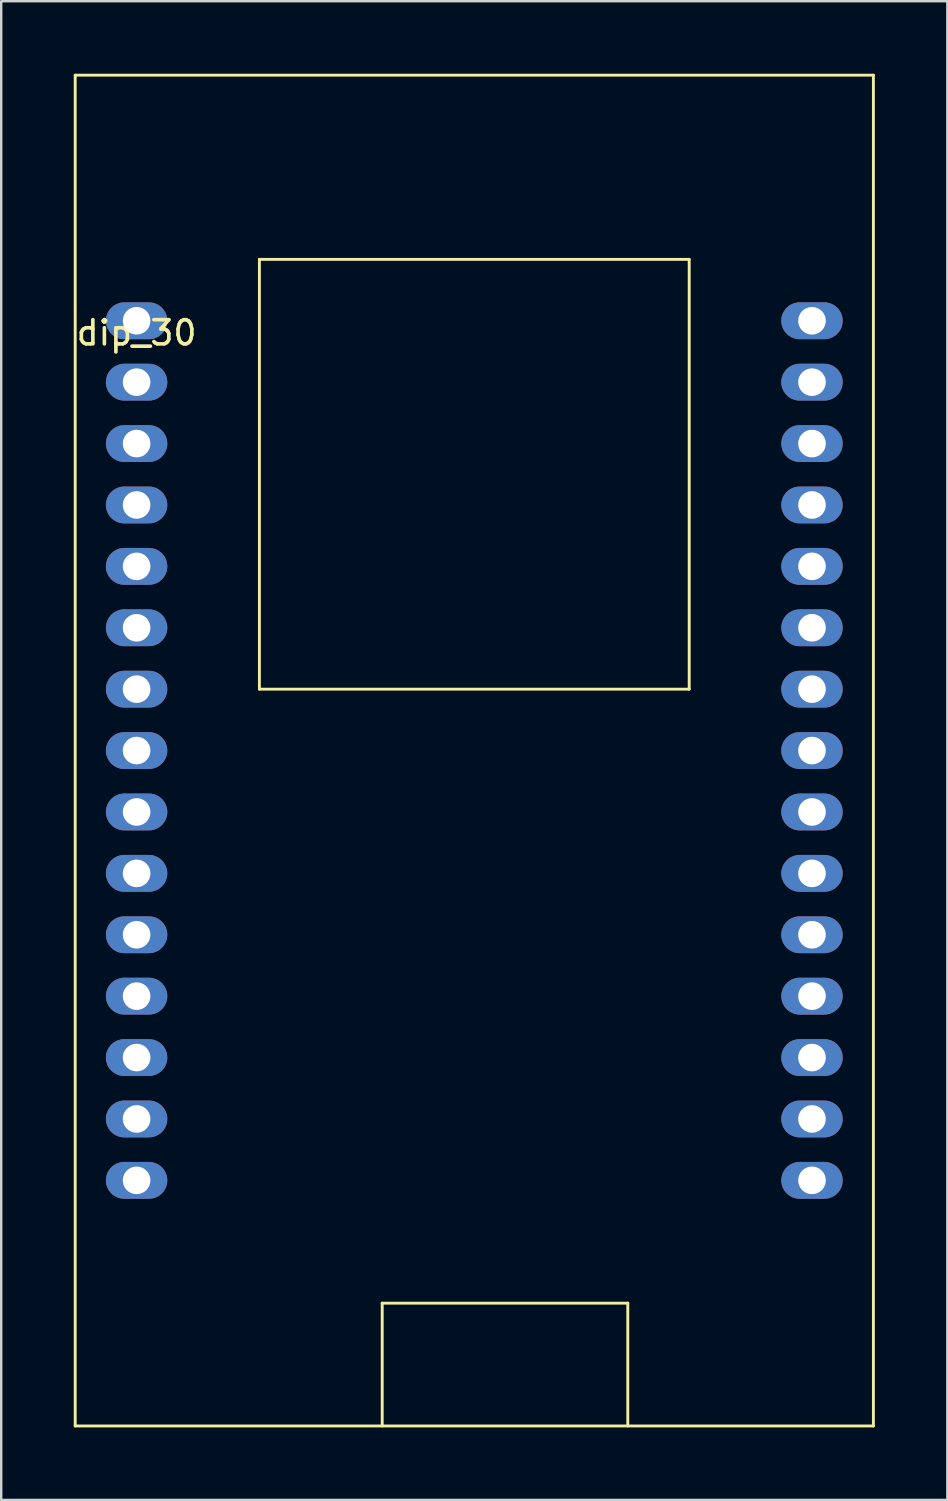
<source format=kicad_pcb>
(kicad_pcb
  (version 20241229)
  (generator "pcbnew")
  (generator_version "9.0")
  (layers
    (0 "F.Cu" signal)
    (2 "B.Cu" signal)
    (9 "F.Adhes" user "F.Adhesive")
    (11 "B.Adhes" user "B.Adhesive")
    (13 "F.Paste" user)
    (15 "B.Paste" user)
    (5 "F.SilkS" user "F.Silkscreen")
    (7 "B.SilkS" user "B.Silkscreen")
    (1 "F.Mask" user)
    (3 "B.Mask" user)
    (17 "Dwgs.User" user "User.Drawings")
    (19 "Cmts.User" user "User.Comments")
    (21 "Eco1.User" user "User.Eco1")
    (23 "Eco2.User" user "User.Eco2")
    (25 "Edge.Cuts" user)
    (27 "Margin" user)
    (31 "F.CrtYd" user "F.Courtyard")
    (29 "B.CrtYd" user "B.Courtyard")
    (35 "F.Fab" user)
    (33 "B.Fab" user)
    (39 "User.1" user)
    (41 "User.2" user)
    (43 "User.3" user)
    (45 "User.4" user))
  (footprint "dip_30"
    (layer "F.Cu")
    (at 2.601 10.22)
    (property "Reference" "dip_30" (at 0 0.5 0) (layer "F.SilkS") (effects (font (size 1 1) (thickness 0.15))))
    (attr through_hole)
    (fp_line (start -2.54 -10.16) (end 30.48 -10.16) (stroke (width 0.12) (type solid)) (layer "F.SilkS"))
    (fp_line (start -2.54 45.72) (end -2.54 -10.16) (stroke (width 0.12) (type solid)) (layer "F.SilkS"))
    (fp_line (start 5.08 -2.54) (end 22.86 -2.54) (stroke (width 0.12) (type solid)) (layer "F.SilkS"))
    (fp_line (start 5.08 15.24) (end 5.08 -2.54) (stroke (width 0.12) (type solid)) (layer "F.SilkS"))
    (fp_line (start 10.16 40.64) (end 20.32 40.64) (stroke (width 0.12) (type solid)) (layer "F.SilkS"))
    (fp_line (start 10.16 45.72) (end 10.16 40.64) (stroke (width 0.12) (type solid)) (layer "F.SilkS"))
    (fp_line (start 20.32 40.64) (end 20.32 45.72) (stroke (width 0.12) (type solid)) (layer "F.SilkS"))
    (fp_line (start 22.86 -2.54) (end 22.86 15.24) (stroke (width 0.12) (type solid)) (layer "F.SilkS"))
    (fp_line (start 22.86 15.24) (end 5.08 15.24) (stroke (width 0.12) (type solid)) (layer "F.SilkS"))
    (fp_line (start 30.48 -10.16) (end 30.48 45.72) (stroke (width 0.12) (type solid)) (layer "F.SilkS"))
    (fp_line (start 30.48 45.72) (end -2.54 45.72) (stroke (width 0.12) (type solid)) (layer "F.SilkS"))
    (pad "1" thru_hole oval (at 0 0) (size 2.54 1.524) (drill 1.143) (layers "*.Cu" "*.Mask"))
    (pad "2" thru_hole oval (at 0 2.54) (size 2.54 1.524) (drill 1.143) (layers "*.Cu" "*.Mask"))
    (pad "3" thru_hole oval (at 0 5.08) (size 2.54 1.524) (drill 1.143) (layers "*.Cu" "*.Mask"))
    (pad "4" thru_hole oval (at 0 7.62) (size 2.54 1.524) (drill 1.143) (layers "*.Cu" "*.Mask"))
    (pad "5" thru_hole oval (at 0 10.16) (size 2.54 1.524) (drill 1.143) (layers "*.Cu" "*.Mask"))
    (pad "6" thru_hole oval (at 0 12.7) (size 2.54 1.524) (drill 1.143) (layers "*.Cu" "*.Mask"))
    (pad "7" thru_hole oval (at 0 15.24) (size 2.54 1.524) (drill 1.143) (layers "*.Cu" "*.Mask"))
    (pad "8" thru_hole oval (at 0 17.78) (size 2.54 1.524) (drill 1.143) (layers "*.Cu" "*.Mask"))
    (pad "9" thru_hole oval (at 0 20.32) (size 2.54 1.524) (drill 1.143) (layers "*.Cu" "*.Mask"))
    (pad "10" thru_hole oval (at 0 22.86) (size 2.54 1.524) (drill 1.143) (layers "*.Cu" "*.Mask"))
    (pad "11" thru_hole oval (at 0 25.4) (size 2.54 1.524) (drill 1.143) (layers "*.Cu" "*.Mask"))
    (pad "12" thru_hole oval (at 0 27.94) (size 2.54 1.524) (drill 1.143) (layers "*.Cu" "*.Mask"))
    (pad "13" thru_hole oval (at 0 30.48) (size 2.54 1.524) (drill 1.143) (layers "*.Cu" "*.Mask"))
    (pad "14" thru_hole oval (at 0 33.02) (size 2.54 1.524) (drill 1.143) (layers "*.Cu" "*.Mask"))
    (pad "15" thru_hole oval (at 0 35.56) (size 2.54 1.524) (drill 1.143) (layers "*.Cu" "*.Mask"))
    (pad "16" thru_hole oval (at 27.94 35.56) (size 2.54 1.524) (drill 1.143) (layers "*.Cu" "*.Mask"))
    (pad "17" thru_hole oval (at 27.94 33.02) (size 2.54 1.524) (drill 1.143) (layers "*.Cu" "*.Mask"))
    (pad "18" thru_hole oval (at 27.94 30.48) (size 2.54 1.524) (drill 1.143) (layers "*.Cu" "*.Mask"))
    (pad "19" thru_hole oval (at 27.94 27.94) (size 2.54 1.524) (drill 1.143) (layers "*.Cu" "*.Mask"))
    (pad "20" thru_hole oval (at 27.94 25.4) (size 2.54 1.524) (drill 1.143) (layers "*.Cu" "*.Mask"))
    (pad "21" thru_hole oval (at 27.94 22.86) (size 2.54 1.524) (drill 1.143) (layers "*.Cu" "*.Mask"))
    (pad "22" thru_hole oval (at 27.94 20.32) (size 2.54 1.524) (drill 1.143) (layers "*.Cu" "*.Mask"))
    (pad "23" thru_hole oval (at 27.94 17.78) (size 2.54 1.524) (drill 1.143) (layers "*.Cu" "*.Mask"))
    (pad "24" thru_hole oval (at 27.94 15.24) (size 2.54 1.524) (drill 1.143) (layers "*.Cu" "*.Mask"))
    (pad "25" thru_hole oval (at 27.94 12.7) (size 2.54 1.524) (drill 1.143) (layers "*.Cu" "*.Mask"))
    (pad "26" thru_hole oval (at 27.94 10.16) (size 2.54 1.524) (drill 1.143) (layers "*.Cu" "*.Mask"))
    (pad "27" thru_hole oval (at 27.94 7.62) (size 2.54 1.524) (drill 1.143) (layers "*.Cu" "*.Mask"))
    (pad "28" thru_hole oval (at 27.94 5.08) (size 2.54 1.524) (drill 1.143) (layers "*.Cu" "*.Mask"))
    (pad "29" thru_hole oval (at 27.94 2.54) (size 2.54 1.524) (drill 1.143) (layers "*.Cu" "*.Mask"))
    (pad "30" thru_hole oval (at 27.94 0) (size 2.54 1.524) (drill 1.143) (layers "*.Cu" "*.Mask")))
  (gr_rect
    (start -3 -3)
    (end 36.141 59)
    (stroke (width 0.1) (type default))
    (fill no)
    (layer "Edge.Cuts")))
</source>
